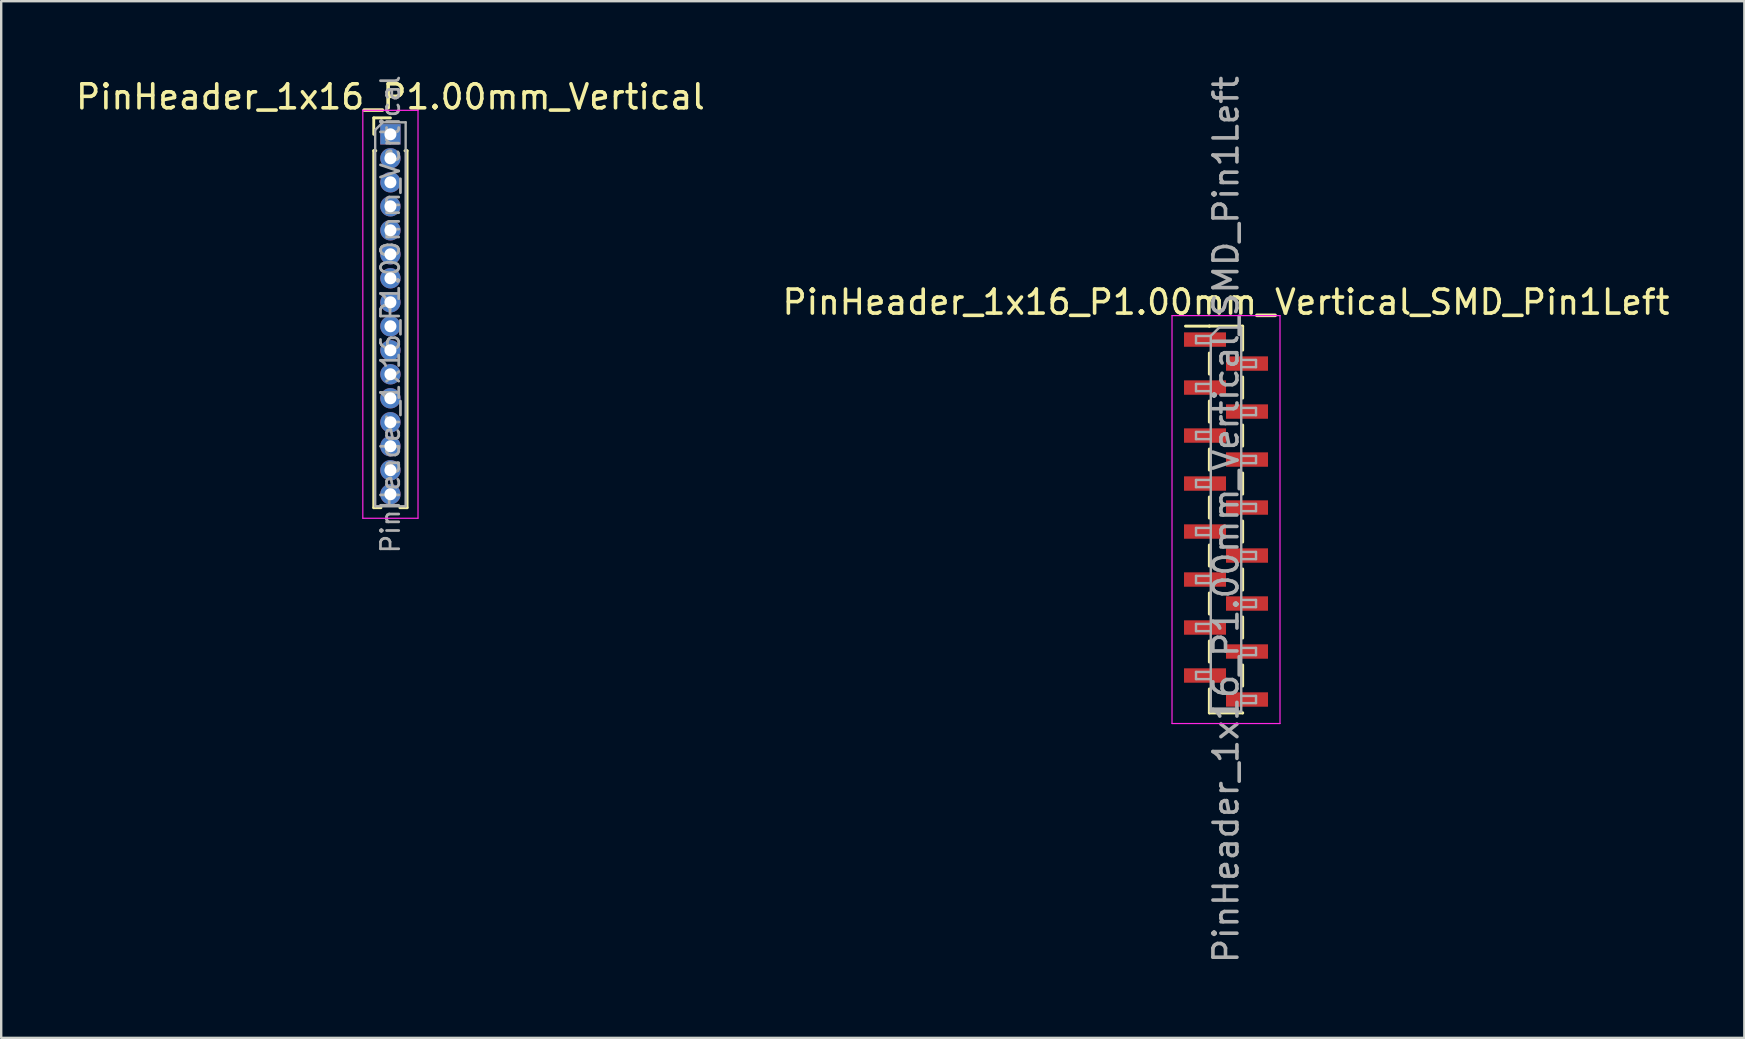
<source format=kicad_pcb>
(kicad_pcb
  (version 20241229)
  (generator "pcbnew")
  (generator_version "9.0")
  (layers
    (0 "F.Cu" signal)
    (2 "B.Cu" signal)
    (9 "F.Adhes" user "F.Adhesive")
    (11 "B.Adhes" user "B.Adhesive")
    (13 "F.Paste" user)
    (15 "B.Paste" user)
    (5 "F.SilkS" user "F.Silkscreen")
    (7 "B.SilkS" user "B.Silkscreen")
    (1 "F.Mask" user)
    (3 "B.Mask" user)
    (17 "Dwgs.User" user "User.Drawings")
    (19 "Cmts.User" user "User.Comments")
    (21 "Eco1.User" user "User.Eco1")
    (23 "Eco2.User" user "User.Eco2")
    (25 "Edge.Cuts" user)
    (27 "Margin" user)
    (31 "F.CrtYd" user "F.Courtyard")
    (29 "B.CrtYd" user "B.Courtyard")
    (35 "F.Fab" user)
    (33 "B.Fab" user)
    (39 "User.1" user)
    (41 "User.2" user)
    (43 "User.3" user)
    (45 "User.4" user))
  (footprint "PinHeader_1x16_P1.00mm_Vertical"
    (layer "F.Cu")
    (at 13.22 2.547)
    (property "Reference" "PinHeader_1x16_P1.00mm_Vertical" (at 0 -1.56 0) (layer "F.SilkS") (effects (font (size 1 1) (thickness 0.15))))
    (attr through_hole)
    (fp_line (start -0.695 -0.685) (end 0 -0.685) (stroke (width 0.12) (type solid)) (layer "F.SilkS"))
    (fp_line (start -0.695 0) (end -0.695 -0.685) (stroke (width 0.12) (type solid)) (layer "F.SilkS"))
    (fp_line (start -0.695 0.685) (end -0.695 15.56) (stroke (width 0.12) (type solid)) (layer "F.SilkS"))
    (fp_line (start -0.695 0.685) (end -0.608 0.685) (stroke (width 0.12) (type solid)) (layer "F.SilkS"))
    (fp_line (start -0.695 15.56) (end -0.394 15.56) (stroke (width 0.12) (type solid)) (layer "F.SilkS"))
    (fp_line (start 0.394 15.56) (end 0.695 15.56) (stroke (width 0.12) (type solid)) (layer "F.SilkS"))
    (fp_line (start 0.608 0.685) (end 0.695 0.685) (stroke (width 0.12) (type solid)) (layer "F.SilkS"))
    (fp_line (start 0.695 0.685) (end 0.695 15.56) (stroke (width 0.12) (type solid)) (layer "F.SilkS"))
    (fp_line (start -1.15 -1) (end -1.15 16) (stroke (width 0.05) (type solid)) (layer "F.CrtYd"))
    (fp_line (start -1.15 16) (end 1.15 16) (stroke (width 0.05) (type solid)) (layer "F.CrtYd"))
    (fp_line (start 1.15 -1) (end -1.15 -1) (stroke (width 0.05) (type solid)) (layer "F.CrtYd"))
    (fp_line (start 1.15 16) (end 1.15 -1) (stroke (width 0.05) (type solid)) (layer "F.CrtYd"))
    (fp_line (start -0.635 -0.182) (end -0.318 -0.5) (stroke (width 0.1) (type solid)) (layer "F.Fab"))
    (fp_line (start -0.635 15.5) (end -0.635 -0.182) (stroke (width 0.1) (type solid)) (layer "F.Fab"))
    (fp_line (start -0.318 -0.5) (end 0.635 -0.5) (stroke (width 0.1) (type solid)) (layer "F.Fab"))
    (fp_line (start 0.635 -0.5) (end 0.635 15.5) (stroke (width 0.1) (type solid)) (layer "F.Fab"))
    (fp_line (start 0.635 15.5) (end -0.635 15.5) (stroke (width 0.1) (type solid)) (layer "F.Fab"))
    (fp_text user "${REFERENCE}" (at 0 7.5 90) (layer "F.Fab") (effects (font (size 0.76 0.76) (thickness 0.114))))
    (pad "1" thru_hole rect (at 0 0) (size 0.85 0.85) (drill 0.5) (layers "*.Cu" "*.Mask"))
    (pad "2" thru_hole oval (at 0 1) (size 0.85 0.85) (drill 0.5) (layers "*.Cu" "*.Mask"))
    (pad "3" thru_hole oval (at 0 2) (size 0.85 0.85) (drill 0.5) (layers "*.Cu" "*.Mask"))
    (pad "4" thru_hole oval (at 0 3) (size 0.85 0.85) (drill 0.5) (layers "*.Cu" "*.Mask"))
    (pad "5" thru_hole oval (at 0 4) (size 0.85 0.85) (drill 0.5) (layers "*.Cu" "*.Mask"))
    (pad "6" thru_hole oval (at 0 5) (size 0.85 0.85) (drill 0.5) (layers "*.Cu" "*.Mask"))
    (pad "7" thru_hole oval (at 0 6) (size 0.85 0.85) (drill 0.5) (layers "*.Cu" "*.Mask"))
    (pad "8" thru_hole oval (at 0 7) (size 0.85 0.85) (drill 0.5) (layers "*.Cu" "*.Mask"))
    (pad "9" thru_hole oval (at 0 8) (size 0.85 0.85) (drill 0.5) (layers "*.Cu" "*.Mask"))
    (pad "10" thru_hole oval (at 0 9) (size 0.85 0.85) (drill 0.5) (layers "*.Cu" "*.Mask"))
    (pad "11" thru_hole oval (at 0 10) (size 0.85 0.85) (drill 0.5) (layers "*.Cu" "*.Mask"))
    (pad "12" thru_hole oval (at 0 11) (size 0.85 0.85) (drill 0.5) (layers "*.Cu" "*.Mask"))
    (pad "13" thru_hole oval (at 0 12) (size 0.85 0.85) (drill 0.5) (layers "*.Cu" "*.Mask"))
    (pad "14" thru_hole oval (at 0 13) (size 0.85 0.85) (drill 0.5) (layers "*.Cu" "*.Mask"))
    (pad "15" thru_hole oval (at 0 14) (size 0.85 0.85) (drill 0.5) (layers "*.Cu" "*.Mask"))
    (pad "16" thru_hole oval (at 0 15) (size 0.85 0.85) (drill 0.5) (layers "*.Cu" "*.Mask")))
  (footprint "PinHeader_1x16_P1.00mm_Vertical_SMD_Pin1Left"
    (layer "F.Cu")
    (at 48.042 18.601)
    (property "Reference" "PinHeader_1x16_P1.00mm_Vertical_SMD_Pin1Left" (at 0 -9.06 0) (layer "F.SilkS") (effects (font (size 1 1) (thickness 0.15))))
    (attr smd)
    (fp_line (start -0.695 -8.06) (end -1.69 -8.06) (stroke (width 0.12) (type solid)) (layer "F.SilkS"))
    (fp_line (start -0.695 -8.06) (end -0.695 -8.06) (stroke (width 0.12) (type solid)) (layer "F.SilkS"))
    (fp_line (start -0.695 -8.06) (end 0.695 -8.06) (stroke (width 0.12) (type solid)) (layer "F.SilkS"))
    (fp_line (start -0.695 -6.94) (end -0.695 -6.06) (stroke (width 0.12) (type solid)) (layer "F.SilkS"))
    (fp_line (start -0.695 -4.94) (end -0.695 -4.06) (stroke (width 0.12) (type solid)) (layer "F.SilkS"))
    (fp_line (start -0.695 -2.94) (end -0.695 -2.06) (stroke (width 0.12) (type solid)) (layer "F.SilkS"))
    (fp_line (start -0.695 -0.94) (end -0.695 -0.06) (stroke (width 0.12) (type solid)) (layer "F.SilkS"))
    (fp_line (start -0.695 1.06) (end -0.695 1.94) (stroke (width 0.12) (type solid)) (layer "F.SilkS"))
    (fp_line (start -0.695 3.06) (end -0.695 3.94) (stroke (width 0.12) (type solid)) (layer "F.SilkS"))
    (fp_line (start -0.695 5.06) (end -0.695 5.94) (stroke (width 0.12) (type solid)) (layer "F.SilkS"))
    (fp_line (start -0.695 7.06) (end -0.695 8.06) (stroke (width 0.12) (type solid)) (layer "F.SilkS"))
    (fp_line (start -0.695 8.06) (end 0.695 8.06) (stroke (width 0.12) (type solid)) (layer "F.SilkS"))
    (fp_line (start 0.695 -8.06) (end 0.695 -7.06) (stroke (width 0.12) (type solid)) (layer "F.SilkS"))
    (fp_line (start 0.695 -5.94) (end 0.695 -5.06) (stroke (width 0.12) (type solid)) (layer "F.SilkS"))
    (fp_line (start 0.695 -3.94) (end 0.695 -3.06) (stroke (width 0.12) (type solid)) (layer "F.SilkS"))
    (fp_line (start 0.695 -1.94) (end 0.695 -1.06) (stroke (width 0.12) (type solid)) (layer "F.SilkS"))
    (fp_line (start 0.695 0.06) (end 0.695 0.94) (stroke (width 0.12) (type solid)) (layer "F.SilkS"))
    (fp_line (start 0.695 2.06) (end 0.695 2.94) (stroke (width 0.12) (type solid)) (layer "F.SilkS"))
    (fp_line (start 0.695 4.06) (end 0.695 4.94) (stroke (width 0.12) (type solid)) (layer "F.SilkS"))
    (fp_line (start 0.695 6.06) (end 0.695 6.94) (stroke (width 0.12) (type solid)) (layer "F.SilkS"))
    (fp_line (start 0.695 8.06) (end 0.695 8.06) (stroke (width 0.12) (type solid)) (layer "F.SilkS"))
    (fp_line (start -2.25 -8.5) (end -2.25 8.5) (stroke (width 0.05) (type solid)) (layer "F.CrtYd"))
    (fp_line (start -2.25 8.5) (end 2.25 8.5) (stroke (width 0.05) (type solid)) (layer "F.CrtYd"))
    (fp_line (start 2.25 -8.5) (end -2.25 -8.5) (stroke (width 0.05) (type solid)) (layer "F.CrtYd"))
    (fp_line (start 2.25 8.5) (end 2.25 -8.5) (stroke (width 0.05) (type solid)) (layer "F.CrtYd"))
    (fp_line (start -1.25 -7.65) (end -1.25 -7.35) (stroke (width 0.1) (type solid)) (layer "F.Fab"))
    (fp_line (start -1.25 -7.35) (end -0.635 -7.35) (stroke (width 0.1) (type solid)) (layer "F.Fab"))
    (fp_line (start -1.25 -5.65) (end -1.25 -5.35) (stroke (width 0.1) (type solid)) (layer "F.Fab"))
    (fp_line (start -1.25 -5.35) (end -0.635 -5.35) (stroke (width 0.1) (type solid)) (layer "F.Fab"))
    (fp_line (start -1.25 -3.65) (end -1.25 -3.35) (stroke (width 0.1) (type solid)) (layer "F.Fab"))
    (fp_line (start -1.25 -3.35) (end -0.635 -3.35) (stroke (width 0.1) (type solid)) (layer "F.Fab"))
    (fp_line (start -1.25 -1.65) (end -1.25 -1.35) (stroke (width 0.1) (type solid)) (layer "F.Fab"))
    (fp_line (start -1.25 -1.35) (end -0.635 -1.35) (stroke (width 0.1) (type solid)) (layer "F.Fab"))
    (fp_line (start -1.25 0.35) (end -1.25 0.65) (stroke (width 0.1) (type solid)) (layer "F.Fab"))
    (fp_line (start -1.25 0.65) (end -0.635 0.65) (stroke (width 0.1) (type solid)) (layer "F.Fab"))
    (fp_line (start -1.25 2.35) (end -1.25 2.65) (stroke (width 0.1) (type solid)) (layer "F.Fab"))
    (fp_line (start -1.25 2.65) (end -0.635 2.65) (stroke (width 0.1) (type solid)) (layer "F.Fab"))
    (fp_line (start -1.25 4.35) (end -1.25 4.65) (stroke (width 0.1) (type solid)) (layer "F.Fab"))
    (fp_line (start -1.25 4.65) (end -0.635 4.65) (stroke (width 0.1) (type solid)) (layer "F.Fab"))
    (fp_line (start -1.25 6.35) (end -1.25 6.65) (stroke (width 0.1) (type solid)) (layer "F.Fab"))
    (fp_line (start -1.25 6.65) (end -0.635 6.65) (stroke (width 0.1) (type solid)) (layer "F.Fab"))
    (fp_line (start -0.635 -7.65) (end -1.25 -7.65) (stroke (width 0.1) (type solid)) (layer "F.Fab"))
    (fp_line (start -0.635 -7.65) (end -0.285 -8) (stroke (width 0.1) (type solid)) (layer "F.Fab"))
    (fp_line (start -0.635 -5.65) (end -1.25 -5.65) (stroke (width 0.1) (type solid)) (layer "F.Fab"))
    (fp_line (start -0.635 -3.65) (end -1.25 -3.65) (stroke (width 0.1) (type solid)) (layer "F.Fab"))
    (fp_line (start -0.635 -1.65) (end -1.25 -1.65) (stroke (width 0.1) (type solid)) (layer "F.Fab"))
    (fp_line (start -0.635 0.35) (end -1.25 0.35) (stroke (width 0.1) (type solid)) (layer "F.Fab"))
    (fp_line (start -0.635 2.35) (end -1.25 2.35) (stroke (width 0.1) (type solid)) (layer "F.Fab"))
    (fp_line (start -0.635 4.35) (end -1.25 4.35) (stroke (width 0.1) (type solid)) (layer "F.Fab"))
    (fp_line (start -0.635 6.35) (end -1.25 6.35) (stroke (width 0.1) (type solid)) (layer "F.Fab"))
    (fp_line (start -0.635 8) (end -0.635 -7.65) (stroke (width 0.1) (type solid)) (layer "F.Fab"))
    (fp_line (start -0.285 -8) (end 0.635 -8) (stroke (width 0.1) (type solid)) (layer "F.Fab"))
    (fp_line (start 0.635 -8) (end 0.635 8) (stroke (width 0.1) (type solid)) (layer "F.Fab"))
    (fp_line (start 0.635 -6.65) (end 1.25 -6.65) (stroke (width 0.1) (type solid)) (layer "F.Fab"))
    (fp_line (start 0.635 -4.65) (end 1.25 -4.65) (stroke (width 0.1) (type solid)) (layer "F.Fab"))
    (fp_line (start 0.635 -2.65) (end 1.25 -2.65) (stroke (width 0.1) (type solid)) (layer "F.Fab"))
    (fp_line (start 0.635 -0.65) (end 1.25 -0.65) (stroke (width 0.1) (type solid)) (layer "F.Fab"))
    (fp_line (start 0.635 1.35) (end 1.25 1.35) (stroke (width 0.1) (type solid)) (layer "F.Fab"))
    (fp_line (start 0.635 3.35) (end 1.25 3.35) (stroke (width 0.1) (type solid)) (layer "F.Fab"))
    (fp_line (start 0.635 5.35) (end 1.25 5.35) (stroke (width 0.1) (type solid)) (layer "F.Fab"))
    (fp_line (start 0.635 7.35) (end 1.25 7.35) (stroke (width 0.1) (type solid)) (layer "F.Fab"))
    (fp_line (start 0.635 8) (end -0.635 8) (stroke (width 0.1) (type solid)) (layer "F.Fab"))
    (fp_line (start 1.25 -6.65) (end 1.25 -6.35) (stroke (width 0.1) (type solid)) (layer "F.Fab"))
    (fp_line (start 1.25 -6.35) (end 0.635 -6.35) (stroke (width 0.1) (type solid)) (layer "F.Fab"))
    (fp_line (start 1.25 -4.65) (end 1.25 -4.35) (stroke (width 0.1) (type solid)) (layer "F.Fab"))
    (fp_line (start 1.25 -4.35) (end 0.635 -4.35) (stroke (width 0.1) (type solid)) (layer "F.Fab"))
    (fp_line (start 1.25 -2.65) (end 1.25 -2.35) (stroke (width 0.1) (type solid)) (layer "F.Fab"))
    (fp_line (start 1.25 -2.35) (end 0.635 -2.35) (stroke (width 0.1) (type solid)) (layer "F.Fab"))
    (fp_line (start 1.25 -0.65) (end 1.25 -0.35) (stroke (width 0.1) (type solid)) (layer "F.Fab"))
    (fp_line (start 1.25 -0.35) (end 0.635 -0.35) (stroke (width 0.1) (type solid)) (layer "F.Fab"))
    (fp_line (start 1.25 1.35) (end 1.25 1.65) (stroke (width 0.1) (type solid)) (layer "F.Fab"))
    (fp_line (start 1.25 1.65) (end 0.635 1.65) (stroke (width 0.1) (type solid)) (layer "F.Fab"))
    (fp_line (start 1.25 3.35) (end 1.25 3.65) (stroke (width 0.1) (type solid)) (layer "F.Fab"))
    (fp_line (start 1.25 3.65) (end 0.635 3.65) (stroke (width 0.1) (type solid)) (layer "F.Fab"))
    (fp_line (start 1.25 5.35) (end 1.25 5.65) (stroke (width 0.1) (type solid)) (layer "F.Fab"))
    (fp_line (start 1.25 5.65) (end 0.635 5.65) (stroke (width 0.1) (type solid)) (layer "F.Fab"))
    (fp_line (start 1.25 7.35) (end 1.25 7.65) (stroke (width 0.1) (type solid)) (layer "F.Fab"))
    (fp_line (start 1.25 7.65) (end 0.635 7.65) (stroke (width 0.1) (type solid)) (layer "F.Fab"))
    (fp_text user "${REFERENCE}" (at 0 0 90) (layer "F.Fab") (effects (font (size 1 1) (thickness 0.15))))
    (pad "1" smd rect (at -0.875 -7.5) (size 1.75 0.6) (layers "F.Cu" "F.Mask" "F.Paste"))
    (pad "2" smd rect (at 0.875 -6.5) (size 1.75 0.6) (layers "F.Cu" "F.Mask" "F.Paste"))
    (pad "3" smd rect (at -0.875 -5.5) (size 1.75 0.6) (layers "F.Cu" "F.Mask" "F.Paste"))
    (pad "4" smd rect (at 0.875 -4.5) (size 1.75 0.6) (layers "F.Cu" "F.Mask" "F.Paste"))
    (pad "5" smd rect (at -0.875 -3.5) (size 1.75 0.6) (layers "F.Cu" "F.Mask" "F.Paste"))
    (pad "6" smd rect (at 0.875 -2.5) (size 1.75 0.6) (layers "F.Cu" "F.Mask" "F.Paste"))
    (pad "7" smd rect (at -0.875 -1.5) (size 1.75 0.6) (layers "F.Cu" "F.Mask" "F.Paste"))
    (pad "8" smd rect (at 0.875 -0.5) (size 1.75 0.6) (layers "F.Cu" "F.Mask" "F.Paste"))
    (pad "9" smd rect (at -0.875 0.5) (size 1.75 0.6) (layers "F.Cu" "F.Mask" "F.Paste"))
    (pad "10" smd rect (at 0.875 1.5) (size 1.75 0.6) (layers "F.Cu" "F.Mask" "F.Paste"))
    (pad "11" smd rect (at -0.875 2.5) (size 1.75 0.6) (layers "F.Cu" "F.Mask" "F.Paste"))
    (pad "12" smd rect (at 0.875 3.5) (size 1.75 0.6) (layers "F.Cu" "F.Mask" "F.Paste"))
    (pad "13" smd rect (at -0.875 4.5) (size 1.75 0.6) (layers "F.Cu" "F.Mask" "F.Paste"))
    (pad "14" smd rect (at 0.875 5.5) (size 1.75 0.6) (layers "F.Cu" "F.Mask" "F.Paste"))
    (pad "15" smd rect (at -0.875 6.5) (size 1.75 0.6) (layers "F.Cu" "F.Mask" "F.Paste"))
    (pad "16" smd rect (at 0.875 7.5) (size 1.75 0.6) (layers "F.Cu" "F.Mask" "F.Paste")))
  (gr_rect
    (start -3 -3)
    (end 69.643 40.202)
    (stroke (width 0.1) (type default))
    (fill no)
    (layer "Edge.Cuts")))
</source>
